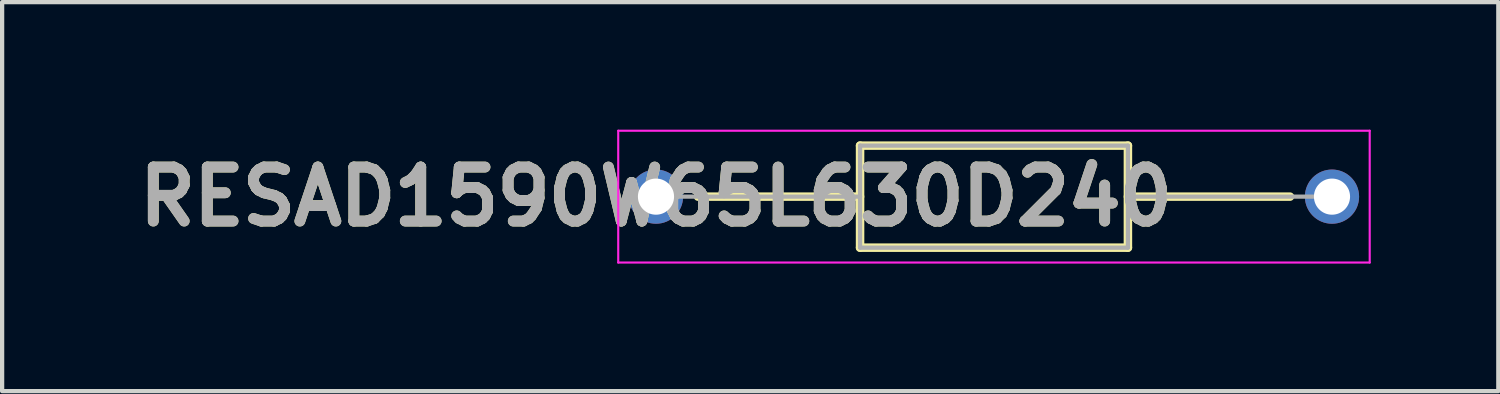
<source format=kicad_pcb>
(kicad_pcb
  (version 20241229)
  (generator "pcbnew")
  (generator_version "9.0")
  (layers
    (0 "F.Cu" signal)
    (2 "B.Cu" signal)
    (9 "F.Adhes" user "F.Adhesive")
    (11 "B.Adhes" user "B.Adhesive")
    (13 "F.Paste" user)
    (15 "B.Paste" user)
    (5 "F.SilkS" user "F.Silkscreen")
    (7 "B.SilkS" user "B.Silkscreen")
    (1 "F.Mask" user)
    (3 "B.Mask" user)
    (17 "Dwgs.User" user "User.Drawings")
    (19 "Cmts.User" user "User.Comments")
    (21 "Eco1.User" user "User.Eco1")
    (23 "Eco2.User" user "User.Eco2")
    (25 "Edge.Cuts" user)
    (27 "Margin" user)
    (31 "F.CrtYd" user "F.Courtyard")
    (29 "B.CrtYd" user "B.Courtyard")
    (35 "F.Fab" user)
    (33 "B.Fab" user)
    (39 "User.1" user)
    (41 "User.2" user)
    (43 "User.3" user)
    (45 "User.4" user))
  (footprint "RESAD1590W65L630D240"
    (layer "F.Cu")
    (at 12.379 1.575)
    (property "Reference" "RESAD1590W65L630D240" (at 0 0 0) (layer "F.SilkS") (effects (font (size 1.27 1.27) (thickness 0.254))))
    (attr through_hole)
    (fp_line (start 0.988 0) (end 4.8 0) (stroke (width 0.2) (type solid)) (layer "F.SilkS"))
    (fp_line (start 4.8 -1.2) (end 11.1 -1.2) (stroke (width 0.2) (type solid)) (layer "F.SilkS"))
    (fp_line (start 4.8 1.2) (end 4.8 -1.2) (stroke (width 0.2) (type solid)) (layer "F.SilkS"))
    (fp_line (start 11.1 -1.2) (end 11.1 1.2) (stroke (width 0.2) (type solid)) (layer "F.SilkS"))
    (fp_line (start 11.1 0) (end 14.912 0) (stroke (width 0.2) (type solid)) (layer "F.SilkS"))
    (fp_line (start 11.1 1.2) (end 4.8 1.2) (stroke (width 0.2) (type solid)) (layer "F.SilkS"))
    (fp_line (start -0.888 -1.55) (end 16.787 -1.55) (stroke (width 0.05) (type solid)) (layer "F.CrtYd"))
    (fp_line (start -0.888 1.55) (end -0.888 -1.55) (stroke (width 0.05) (type solid)) (layer "F.CrtYd"))
    (fp_line (start 16.787 -1.55) (end 16.787 1.55) (stroke (width 0.05) (type solid)) (layer "F.CrtYd"))
    (fp_line (start 16.787 1.55) (end -0.888 1.55) (stroke (width 0.05) (type solid)) (layer "F.CrtYd"))
    (fp_line (start 0 0) (end 4.8 0) (stroke (width 0.1) (type solid)) (layer "F.Fab"))
    (fp_line (start 4.8 -1.2) (end 11.1 -1.2) (stroke (width 0.1) (type solid)) (layer "F.Fab"))
    (fp_line (start 4.8 1.2) (end 4.8 -1.2) (stroke (width 0.1) (type solid)) (layer "F.Fab"))
    (fp_line (start 11.1 -1.2) (end 11.1 1.2) (stroke (width 0.1) (type solid)) (layer "F.Fab"))
    (fp_line (start 11.1 0) (end 15.9 0) (stroke (width 0.1) (type solid)) (layer "F.Fab"))
    (fp_line (start 11.1 1.2) (end 4.8 1.2) (stroke (width 0.1) (type solid)) (layer "F.Fab"))
    (fp_text user "${REFERENCE}" (at 0 0 0) (layer "F.Fab") (effects (font (size 1.27 1.27) (thickness 0.254))))
    (pad "1" thru_hole circle (at 0 0) (size 1.275 1.275) (drill 0.85) (layers "*.Cu" "*.Mask"))
    (pad "2" thru_hole circle (at 15.9 0) (size 1.275 1.275) (drill 0.85) (layers "*.Cu" "*.Mask")))
  (gr_rect
    (start -3 -3)
    (end 32.191 6.15)
    (stroke (width 0.1) (type default))
    (fill no)
    (layer "Edge.Cuts")))
</source>
